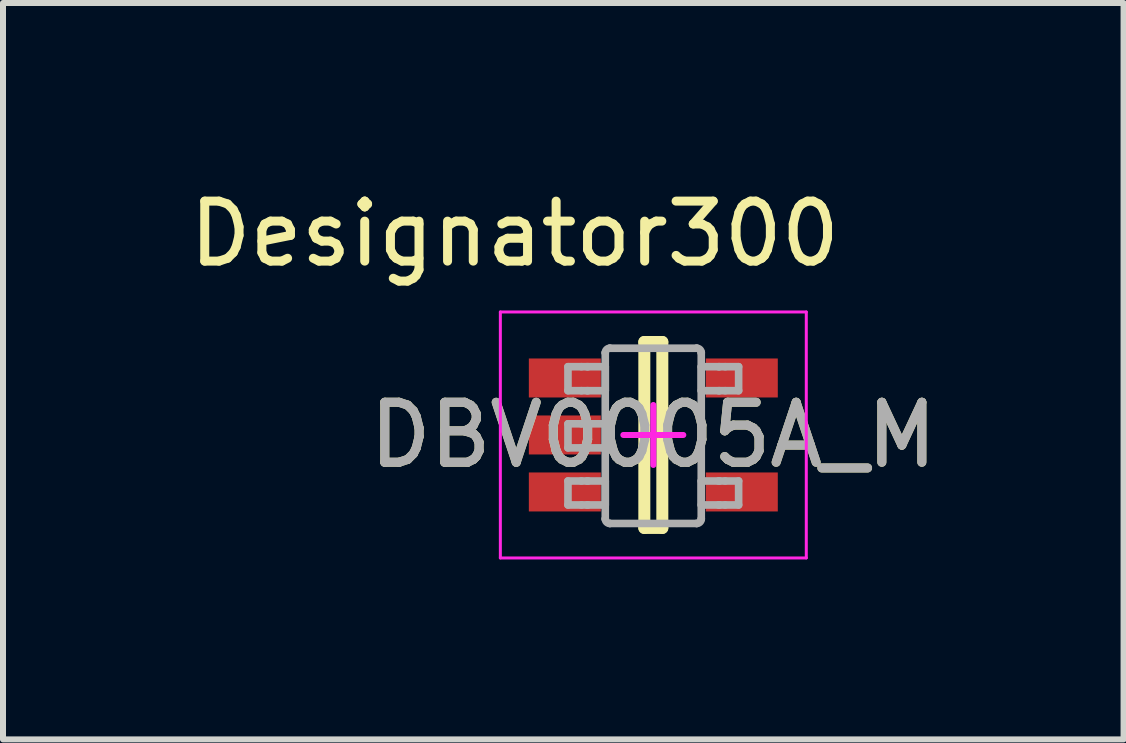
<source format=kicad_pcb>
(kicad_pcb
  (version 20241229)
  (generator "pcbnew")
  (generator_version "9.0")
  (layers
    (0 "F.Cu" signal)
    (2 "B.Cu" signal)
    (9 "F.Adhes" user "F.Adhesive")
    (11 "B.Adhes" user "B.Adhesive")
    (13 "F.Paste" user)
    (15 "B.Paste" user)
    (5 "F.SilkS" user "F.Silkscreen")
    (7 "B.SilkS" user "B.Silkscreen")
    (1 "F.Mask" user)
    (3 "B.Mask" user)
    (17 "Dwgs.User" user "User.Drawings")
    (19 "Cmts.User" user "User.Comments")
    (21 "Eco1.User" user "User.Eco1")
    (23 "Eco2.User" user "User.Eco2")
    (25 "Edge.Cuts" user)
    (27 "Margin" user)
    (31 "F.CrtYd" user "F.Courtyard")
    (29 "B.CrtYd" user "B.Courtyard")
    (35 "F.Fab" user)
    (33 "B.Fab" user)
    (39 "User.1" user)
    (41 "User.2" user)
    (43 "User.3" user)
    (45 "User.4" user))
  (footprint "DBV0005A_M"
    (layer "F.Cu")
    (at 7.841 4.201)
    (property "Reference" "DBV0005A_M" (at 0 0 0) (unlocked yes) (layer "F.SilkS") (effects (font (size 1 1) (thickness 0.15))))
    (attr smd)
    (fp_line (start -0.15 -1.55) (end 0.15 -1.55) (stroke (width 0.2) (type solid)) (layer "F.SilkS"))
    (fp_line (start -0.15 1.55) (end -0.15 -1.55) (stroke (width 0.2) (type solid)) (layer "F.SilkS"))
    (fp_line (start -0.15 1.55) (end 0.15 1.55) (stroke (width 0.2) (type solid)) (layer "F.SilkS"))
    (fp_line (start 0.15 1.55) (end 0.15 -1.55) (stroke (width 0.2) (type solid)) (layer "F.SilkS"))
    (fp_line (start -2.55 -2.05) (end 2.55 -2.05) (stroke (width 0.05) (type solid)) (layer "F.CrtYd"))
    (fp_line (start -2.55 2.05) (end -2.55 -2.05) (stroke (width 0.05) (type solid)) (layer "F.CrtYd"))
    (fp_line (start -2.55 2.05) (end 2.55 2.05) (stroke (width 0.05) (type solid)) (layer "F.CrtYd"))
    (fp_line (start -0.5 0) (end 0.5 0) (stroke (width 0.1) (type solid)) (layer "F.CrtYd"))
    (fp_line (start 0 0.5) (end 0 -0.5) (stroke (width 0.1) (type solid)) (layer "F.CrtYd"))
    (fp_line (start 2.55 2.05) (end 2.55 -2.05) (stroke (width 0.05) (type solid)) (layer "F.CrtYd"))
    (fp_line (start -1.423 -1.138) (end -1.199 -1.138) (stroke (width 0.127) (type solid)) (layer "F.Fab"))
    (fp_line (start -1.423 -0.738) (end -1.423 -1.138) (stroke (width 0.127) (type solid)) (layer "F.Fab"))
    (fp_line (start -1.423 -0.738) (end -1.199 -0.738) (stroke (width 0.127) (type solid)) (layer "F.Fab"))
    (fp_line (start -1.423 -0.186) (end -1.199 -0.186) (stroke (width 0.127) (type solid)) (layer "F.Fab"))
    (fp_line (start -1.423 0.215) (end -1.423 -0.186) (stroke (width 0.127) (type solid)) (layer "F.Fab"))
    (fp_line (start -1.423 0.215) (end -1.199 0.215) (stroke (width 0.127) (type solid)) (layer "F.Fab"))
    (fp_line (start -1.423 0.767) (end -1.199 0.767) (stroke (width 0.127) (type solid)) (layer "F.Fab"))
    (fp_line (start -1.423 1.167) (end -1.423 0.767) (stroke (width 0.127) (type solid)) (layer "F.Fab"))
    (fp_line (start -1.423 1.167) (end -1.199 1.167) (stroke (width 0.127) (type solid)) (layer "F.Fab"))
    (fp_line (start -1.199 -1.138) (end -1.105 -1.138) (stroke (width 0.127) (type solid)) (layer "F.Fab"))
    (fp_line (start -1.199 -0.738) (end -1.105 -0.738) (stroke (width 0.127) (type solid)) (layer "F.Fab"))
    (fp_line (start -1.199 -0.186) (end -1.105 -0.186) (stroke (width 0.127) (type solid)) (layer "F.Fab"))
    (fp_line (start -1.199 0.215) (end -1.105 0.215) (stroke (width 0.127) (type solid)) (layer "F.Fab"))
    (fp_line (start -1.199 0.767) (end -1.105 0.767) (stroke (width 0.127) (type solid)) (layer "F.Fab"))
    (fp_line (start -1.199 1.167) (end -1.105 1.167) (stroke (width 0.127) (type solid)) (layer "F.Fab"))
    (fp_line (start -1.105 -1.138) (end -1.088 -1.138) (stroke (width 0.127) (type solid)) (layer "F.Fab"))
    (fp_line (start -1.105 -0.738) (end -1.088 -0.738) (stroke (width 0.127) (type solid)) (layer "F.Fab"))
    (fp_line (start -1.105 -0.186) (end -1.088 -0.186) (stroke (width 0.127) (type solid)) (layer "F.Fab"))
    (fp_line (start -1.105 0.215) (end -1.088 0.215) (stroke (width 0.127) (type solid)) (layer "F.Fab"))
    (fp_line (start -1.105 0.767) (end -1.088 0.767) (stroke (width 0.127) (type solid)) (layer "F.Fab"))
    (fp_line (start -1.105 1.167) (end -1.088 1.167) (stroke (width 0.127) (type solid)) (layer "F.Fab"))
    (fp_line (start -1.088 -1.138) (end -0.835 -1.138) (stroke (width 0.127) (type solid)) (layer "F.Fab"))
    (fp_line (start -1.088 -0.738) (end -0.835 -0.738) (stroke (width 0.127) (type solid)) (layer "F.Fab"))
    (fp_line (start -1.088 -0.186) (end -0.835 -0.186) (stroke (width 0.127) (type solid)) (layer "F.Fab"))
    (fp_line (start -1.088 0.215) (end -0.835 0.215) (stroke (width 0.127) (type solid)) (layer "F.Fab"))
    (fp_line (start -1.088 0.767) (end -0.835 0.767) (stroke (width 0.127) (type solid)) (layer "F.Fab"))
    (fp_line (start -1.088 1.167) (end -0.835 1.167) (stroke (width 0.127) (type solid)) (layer "F.Fab"))
    (fp_line (start -0.835 -1.138) (end -0.801 -1.138) (stroke (width 0.127) (type solid)) (layer "F.Fab"))
    (fp_line (start -0.835 -0.738) (end -0.801 -0.738) (stroke (width 0.127) (type solid)) (layer "F.Fab"))
    (fp_line (start -0.835 -0.186) (end -0.801 -0.186) (stroke (width 0.127) (type solid)) (layer "F.Fab"))
    (fp_line (start -0.835 0.215) (end -0.801 0.215) (stroke (width 0.127) (type solid)) (layer "F.Fab"))
    (fp_line (start -0.835 0.767) (end -0.801 0.767) (stroke (width 0.127) (type solid)) (layer "F.Fab"))
    (fp_line (start -0.835 1.167) (end -0.801 1.167) (stroke (width 0.127) (type solid)) (layer "F.Fab"))
    (fp_line (start -0.801 -1.37) (end -0.801 -1.371) (stroke (width 0.127) (type solid)) (layer "F.Fab"))
    (fp_line (start -0.801 -0.738) (end -0.801 -1.138) (stroke (width 0.127) (type solid)) (layer "F.Fab"))
    (fp_line (start -0.801 0.215) (end -0.801 -0.186) (stroke (width 0.127) (type solid)) (layer "F.Fab"))
    (fp_line (start -0.801 1.167) (end -0.801 0.767) (stroke (width 0.127) (type solid)) (layer "F.Fab"))
    (fp_line (start -0.801 1.399) (end -0.801 -1.37) (stroke (width 0.127) (type solid)) (layer "F.Fab"))
    (fp_line (start -0.801 1.4) (end -0.801 1.399) (stroke (width 0.127) (type solid)) (layer "F.Fab"))
    (fp_line (start -0.725 -1.446) (end -0.725 -1.446) (stroke (width 0.127) (type solid)) (layer "F.Fab"))
    (fp_line (start -0.725 1.475) (end -0.725 1.475) (stroke (width 0.127) (type solid)) (layer "F.Fab"))
    (fp_line (start -0.725 -1.446) (end 0.723 -1.446) (stroke (width 0.127) (type solid)) (layer "F.Fab"))
    (fp_line (start -0.725 1.475) (end 0.723 1.475) (stroke (width 0.127) (type solid)) (layer "F.Fab"))
    (fp_line (start 0.723 -1.446) (end 0.724 -1.446) (stroke (width 0.127) (type solid)) (layer "F.Fab"))
    (fp_line (start 0.723 1.475) (end 0.724 1.475) (stroke (width 0.127) (type solid)) (layer "F.Fab"))
    (fp_line (start 0.799 -1.37) (end 0.799 -1.371) (stroke (width 0.127) (type solid)) (layer "F.Fab"))
    (fp_line (start 0.799 -1.138) (end 0.834 -1.138) (stroke (width 0.127) (type solid)) (layer "F.Fab"))
    (fp_line (start 0.799 -0.738) (end 0.799 -1.138) (stroke (width 0.127) (type solid)) (layer "F.Fab"))
    (fp_line (start 0.799 -0.738) (end 0.834 -0.738) (stroke (width 0.127) (type solid)) (layer "F.Fab"))
    (fp_line (start 0.799 0.767) (end 0.834 0.767) (stroke (width 0.127) (type solid)) (layer "F.Fab"))
    (fp_line (start 0.799 1.167) (end 0.799 0.767) (stroke (width 0.127) (type solid)) (layer "F.Fab"))
    (fp_line (start 0.799 1.167) (end 0.834 1.167) (stroke (width 0.127) (type solid)) (layer "F.Fab"))
    (fp_line (start 0.799 1.399) (end 0.799 -1.37) (stroke (width 0.127) (type solid)) (layer "F.Fab"))
    (fp_line (start 0.799 1.4) (end 0.799 1.399) (stroke (width 0.127) (type solid)) (layer "F.Fab"))
    (fp_line (start 0.834 -1.138) (end 1.087 -1.138) (stroke (width 0.127) (type solid)) (layer "F.Fab"))
    (fp_line (start 0.834 -0.738) (end 1.087 -0.738) (stroke (width 0.127) (type solid)) (layer "F.Fab"))
    (fp_line (start 0.834 0.767) (end 1.087 0.767) (stroke (width 0.127) (type solid)) (layer "F.Fab"))
    (fp_line (start 0.834 1.167) (end 1.087 1.167) (stroke (width 0.127) (type solid)) (layer "F.Fab"))
    (fp_line (start 1.087 -1.138) (end 1.103 -1.138) (stroke (width 0.127) (type solid)) (layer "F.Fab"))
    (fp_line (start 1.087 -0.738) (end 1.103 -0.738) (stroke (width 0.127) (type solid)) (layer "F.Fab"))
    (fp_line (start 1.087 0.767) (end 1.103 0.767) (stroke (width 0.127) (type solid)) (layer "F.Fab"))
    (fp_line (start 1.087 1.167) (end 1.103 1.167) (stroke (width 0.127) (type solid)) (layer "F.Fab"))
    (fp_line (start 1.103 -1.138) (end 1.198 -1.138) (stroke (width 0.127) (type solid)) (layer "F.Fab"))
    (fp_line (start 1.103 -0.738) (end 1.198 -0.738) (stroke (width 0.127) (type solid)) (layer "F.Fab"))
    (fp_line (start 1.103 0.767) (end 1.198 0.767) (stroke (width 0.127) (type solid)) (layer "F.Fab"))
    (fp_line (start 1.103 1.167) (end 1.198 1.167) (stroke (width 0.127) (type solid)) (layer "F.Fab"))
    (fp_line (start 1.198 -1.138) (end 1.422 -1.138) (stroke (width 0.127) (type solid)) (layer "F.Fab"))
    (fp_line (start 1.198 -0.738) (end 1.422 -0.738) (stroke (width 0.127) (type solid)) (layer "F.Fab"))
    (fp_line (start 1.198 0.767) (end 1.422 0.767) (stroke (width 0.127) (type solid)) (layer "F.Fab"))
    (fp_line (start 1.198 1.167) (end 1.422 1.167) (stroke (width 0.127) (type solid)) (layer "F.Fab"))
    (fp_line (start 1.422 -0.738) (end 1.422 -1.138) (stroke (width 0.127) (type solid)) (layer "F.Fab"))
    (fp_line (start 1.422 1.167) (end 1.422 0.767) (stroke (width 0.127) (type solid)) (layer "F.Fab"))
    (fp_arc (start -0.80074 -1.37084) (mid -0.778218 -1.423887) (end -0.724999 -1.445998) (stroke (width 0.127) (type solid)) (layer "F.Fab"))
    (fp_arc (start -0.724999 1.475) (mid -0.778213 1.452901) (end -0.80074 1.399867) (stroke (width 0.127) (type solid)) (layer "F.Fab"))
    (fp_arc (start 0.723714 -1.445998) (mid 0.776933 -1.423887) (end 0.799455 -1.37084) (stroke (width 0.127) (type solid)) (layer "F.Fab"))
    (fp_arc (start 0.799455 1.399868) (mid 0.776927 1.452901) (end 0.723713 1.475) (stroke (width 0.127) (type solid)) (layer "F.Fab"))
    (fp_text user "Designator300" (at -2.311 -3.353 0) (unlocked yes) (layer "F.SilkS") (effects (font (size 1 1) (thickness 0.15))))
    (fp_text user "${REFERENCE}" (at 0 0 0) (unlocked yes) (layer "F.Fab") (effects (font (size 1 1) (thickness 0.15))))
    (pad "1" smd rect (at -1.475 -0.95 90) (size 0.65 1.2) (layers "F.Cu" "F.Mask" "F.Paste"))
    (pad "2" smd rect (at -1.475 0 90) (size 0.65 1.2) (layers "F.Cu" "F.Mask" "F.Paste"))
    (pad "3" smd rect (at -1.475 0.95 90) (size 0.65 1.2) (layers "F.Cu" "F.Mask" "F.Paste"))
    (pad "4" smd rect (at 1.475 0.95 90) (size 0.65 1.2) (layers "F.Cu" "F.Mask" "F.Paste"))
    (pad "5" smd rect (at 1.475 -0.95 90) (size 0.65 1.2) (layers "F.Cu" "F.Mask" "F.Paste")))
  (gr_rect
    (start -3 -3)
    (end 15.68 9.276)
    (stroke (width 0.1) (type default))
    (fill no)
    (layer "Edge.Cuts")))
</source>
